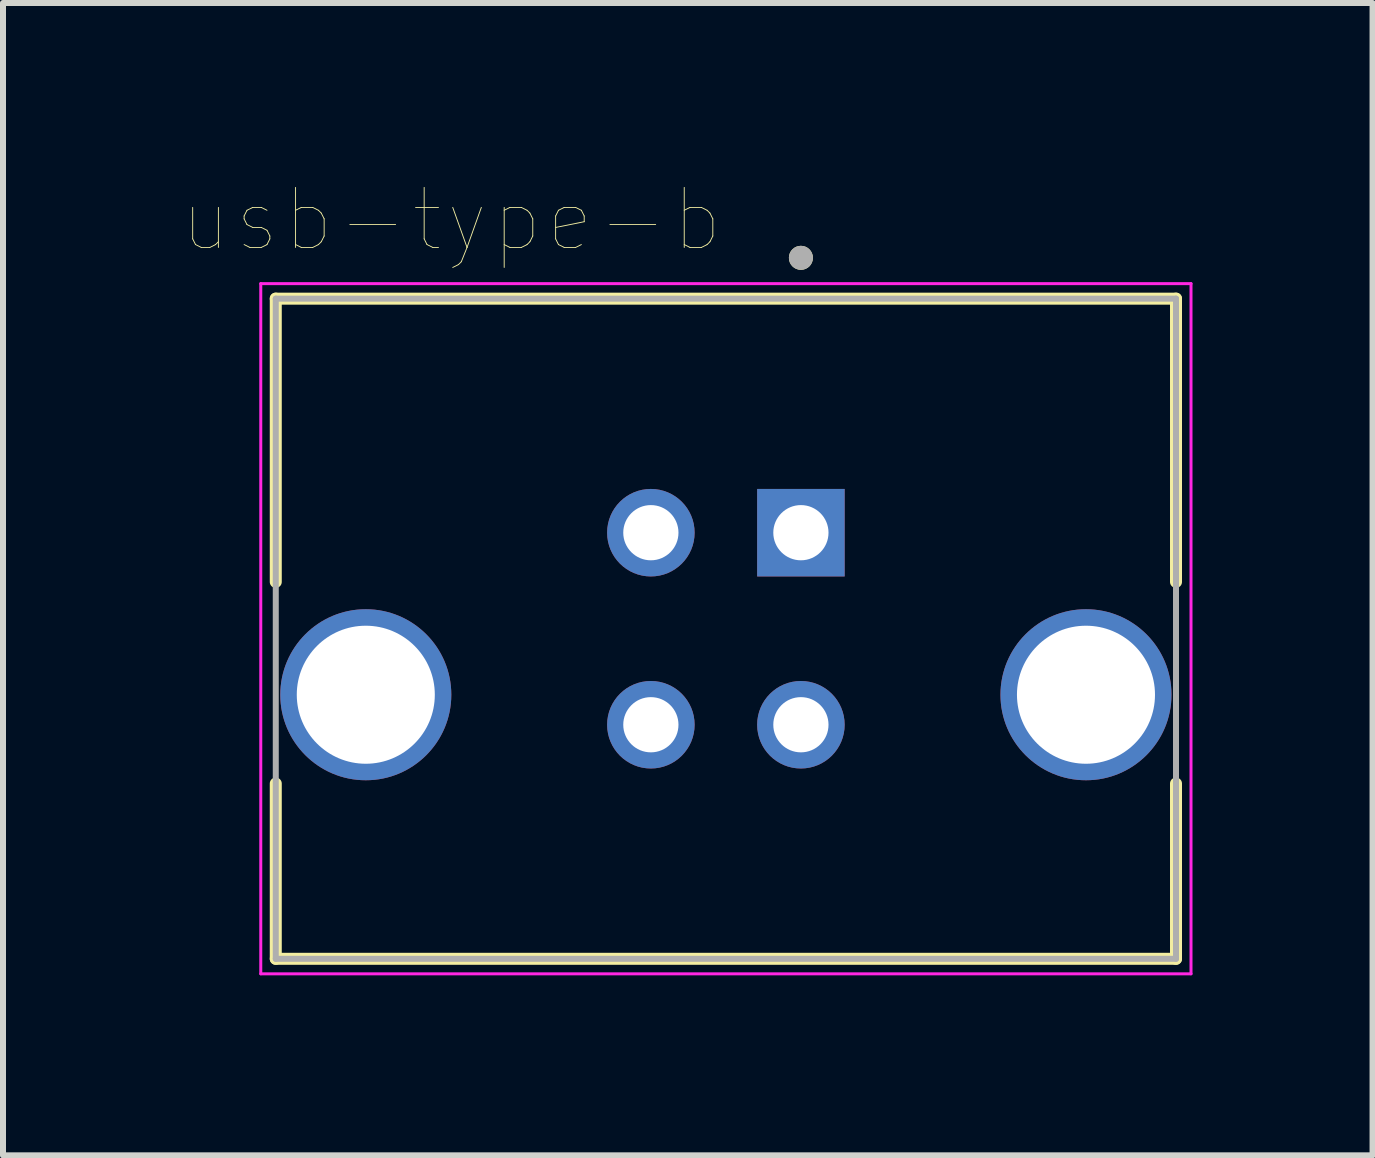
<source format=kicad_pcb>
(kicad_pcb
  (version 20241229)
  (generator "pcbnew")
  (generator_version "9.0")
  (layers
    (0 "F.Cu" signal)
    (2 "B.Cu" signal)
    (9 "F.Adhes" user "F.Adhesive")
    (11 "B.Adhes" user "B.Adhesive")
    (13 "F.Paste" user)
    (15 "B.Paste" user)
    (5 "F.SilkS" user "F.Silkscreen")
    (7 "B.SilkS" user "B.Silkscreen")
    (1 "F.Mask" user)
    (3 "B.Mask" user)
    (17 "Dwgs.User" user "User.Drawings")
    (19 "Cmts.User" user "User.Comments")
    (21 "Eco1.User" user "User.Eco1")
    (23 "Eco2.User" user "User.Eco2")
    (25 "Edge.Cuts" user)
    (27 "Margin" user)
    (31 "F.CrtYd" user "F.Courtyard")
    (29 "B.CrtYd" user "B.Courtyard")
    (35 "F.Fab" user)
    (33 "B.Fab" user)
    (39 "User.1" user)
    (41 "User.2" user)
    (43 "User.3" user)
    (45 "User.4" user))
  (footprint "usb-type-b"
    (layer "F.Cu")
    (at 9.045 7.426)
    (property "Reference" "usb-type-b" (at -4.575 -6.815 0) (layer "F.SilkS") (effects (font (size 1 1) (thickness 0.015))))
    (attr through_hole)
    (fp_line (start -7.5 -5.5) (end 7.5 -5.5) (stroke (width 0.2) (type solid)) (layer "F.SilkS"))
    (fp_line (start -7.5 -0.78) (end -7.5 -5.5) (stroke (width 0.2) (type solid)) (layer "F.SilkS"))
    (fp_line (start -7.5 5.5) (end -7.5 2.58) (stroke (width 0.2) (type solid)) (layer "F.SilkS"))
    (fp_line (start 7.5 -5.5) (end 7.5 -0.78) (stroke (width 0.2) (type solid)) (layer "F.SilkS"))
    (fp_line (start 7.5 2.58) (end 7.5 5.5) (stroke (width 0.2) (type solid)) (layer "F.SilkS"))
    (fp_line (start 7.5 5.5) (end -7.5 5.5) (stroke (width 0.2) (type solid)) (layer "F.SilkS"))
    (fp_circle (center 1.25 -6.18) (end 1.35 -6.18) (stroke (width 0.2) (type solid)) (fill no) (layer "F.SilkS"))
    (fp_line (start -7.75 -5.75) (end 7.75 -5.75) (stroke (width 0.05) (type solid)) (layer "F.CrtYd"))
    (fp_line (start -7.75 5.75) (end -7.75 -5.75) (stroke (width 0.05) (type solid)) (layer "F.CrtYd"))
    (fp_line (start 7.75 -5.75) (end 7.75 5.75) (stroke (width 0.05) (type solid)) (layer "F.CrtYd"))
    (fp_line (start 7.75 5.75) (end -7.75 5.75) (stroke (width 0.05) (type solid)) (layer "F.CrtYd"))
    (fp_line (start -7.5 -5.5) (end 7.5 -5.5) (stroke (width 0.1) (type solid)) (layer "F.Fab"))
    (fp_line (start -7.5 5.5) (end -7.5 -5.5) (stroke (width 0.1) (type solid)) (layer "F.Fab"))
    (fp_line (start 7.5 -5.5) (end 7.5 5.5) (stroke (width 0.1) (type solid)) (layer "F.Fab"))
    (fp_line (start 7.5 5.5) (end -7.5 5.5) (stroke (width 0.1) (type solid)) (layer "F.Fab"))
    (fp_circle (center 1.25 -6.18) (end 1.35 -6.18) (stroke (width 0.2) (type solid)) (fill no) (layer "F.Fab"))
    (pad "1" thru_hole rect (at 1.25 -1.6) (size 1.458 1.458) (drill 0.92) (layers "*.Cu" "*.Mask"))
    (pad "2" thru_hole circle (at -1.25 -1.6) (size 1.458 1.458) (drill 0.92) (layers "*.Cu" "*.Mask"))
    (pad "3" thru_hole circle (at -1.25 1.6) (size 1.458 1.458) (drill 0.92) (layers "*.Cu" "*.Mask"))
    (pad "4" thru_hole circle (at 1.25 1.6) (size 1.458 1.458) (drill 0.92) (layers "*.Cu" "*.Mask"))
    (pad "5" thru_hole circle (at -6 1.1) (size 2.85 2.85) (drill 2.3) (layers "*.Cu" "*.Mask"))
    (pad "5" thru_hole circle (at 6 1.1) (size 2.85 2.85) (drill 2.3) (layers "*.Cu" "*.Mask")))
  (gr_rect
    (start -3 -3)
    (end 19.82 16.201)
    (stroke (width 0.1) (type default))
    (fill no)
    (layer "Edge.Cuts")))
</source>
